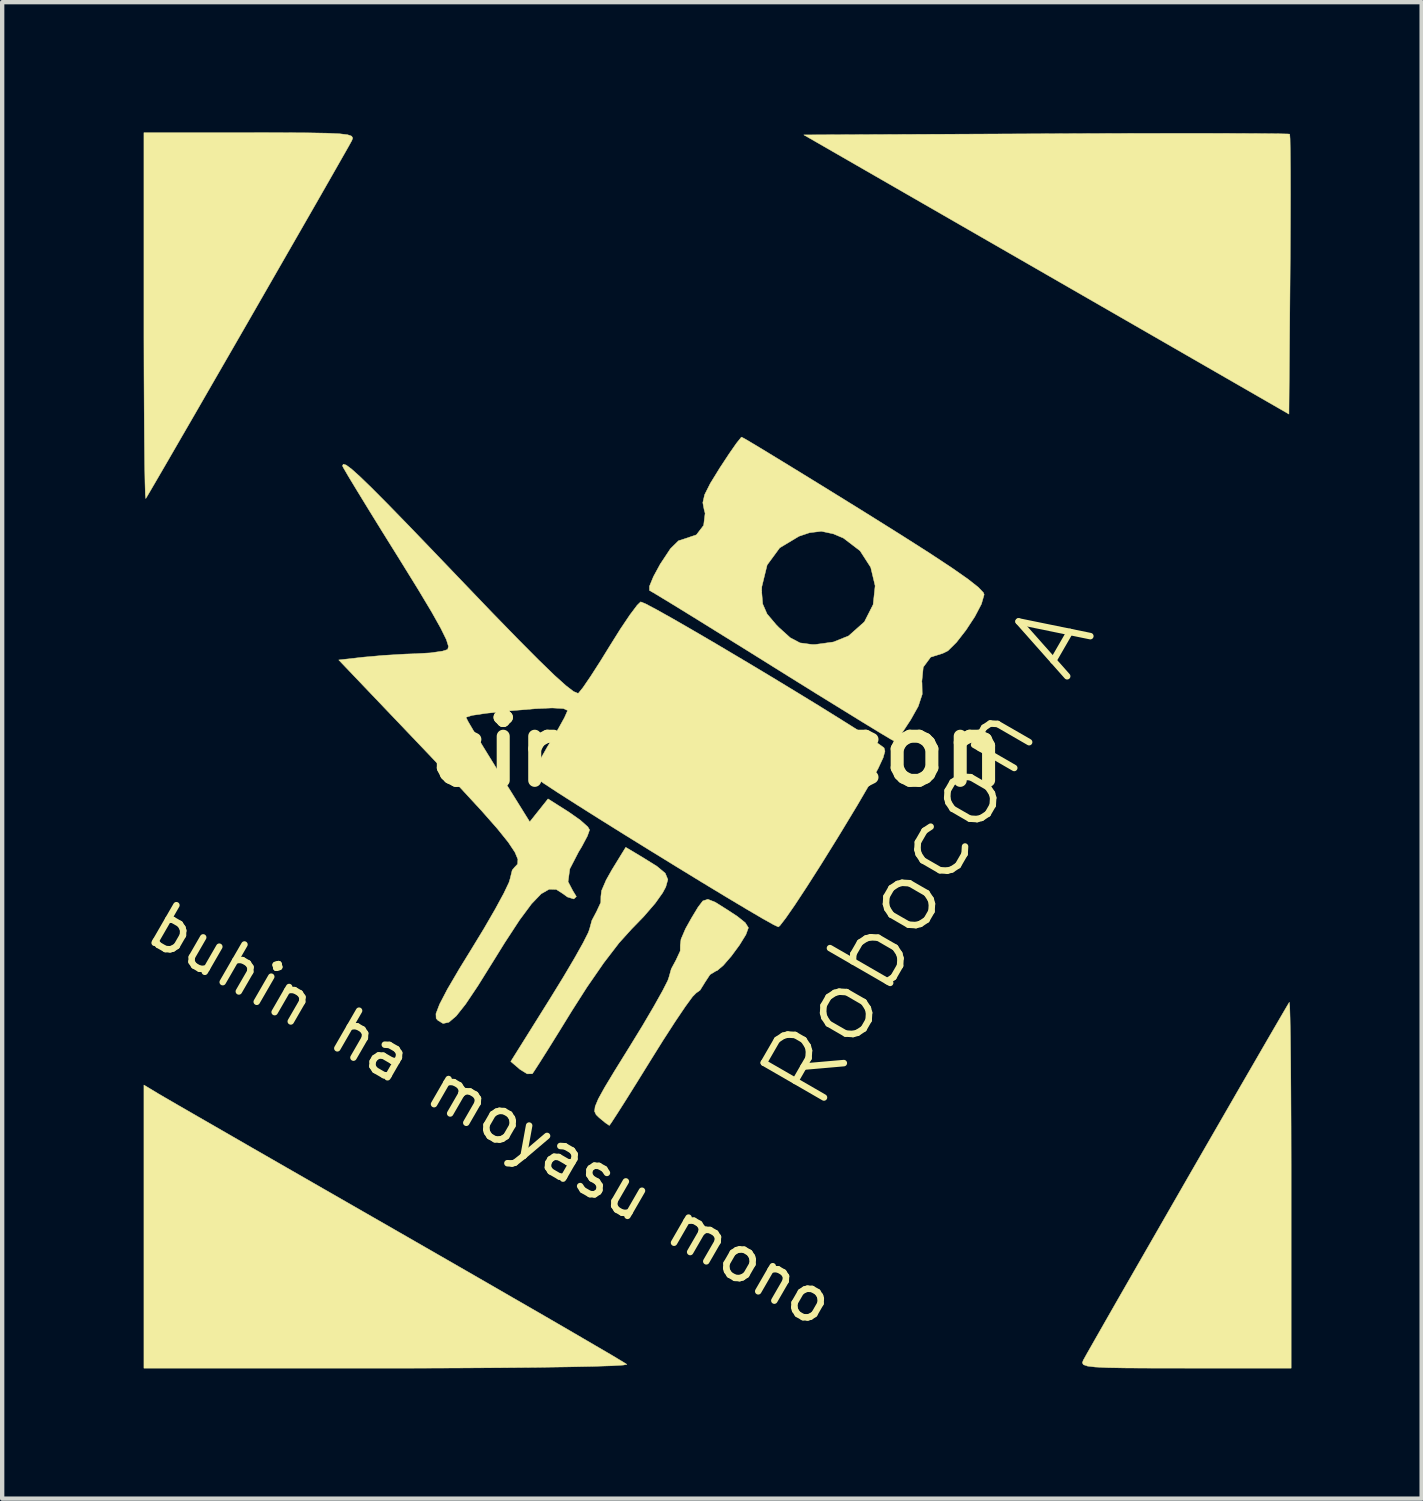
<source format=kicad_pcb>
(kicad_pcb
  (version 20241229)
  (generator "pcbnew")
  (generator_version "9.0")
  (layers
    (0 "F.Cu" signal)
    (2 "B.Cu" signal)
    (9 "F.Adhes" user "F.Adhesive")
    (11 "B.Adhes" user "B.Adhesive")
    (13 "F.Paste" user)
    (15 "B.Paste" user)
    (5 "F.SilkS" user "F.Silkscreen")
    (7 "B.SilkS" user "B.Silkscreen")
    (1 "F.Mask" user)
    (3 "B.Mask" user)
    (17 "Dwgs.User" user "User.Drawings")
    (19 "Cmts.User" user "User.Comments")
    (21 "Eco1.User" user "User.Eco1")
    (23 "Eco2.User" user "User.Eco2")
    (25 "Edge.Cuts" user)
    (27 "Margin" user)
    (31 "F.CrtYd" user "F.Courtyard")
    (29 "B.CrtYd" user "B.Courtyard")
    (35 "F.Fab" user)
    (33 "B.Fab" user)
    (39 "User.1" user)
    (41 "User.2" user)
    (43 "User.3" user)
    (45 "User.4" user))
  (footprint "circuit_icon"
    (layer "F.Cu")
    (at 13.472 14.229)
    (property "Reference" "circuit_icon" (at 0 0 0) (layer "F.SilkS") (effects (font (size 1.524 1.524) (thickness 0.3))))
    (attr through_hole)
    (fp_poly (pts (xy 11.292 -14.208) (xy 11.976 -14.206) (xy 12.523 -14.203) (xy 12.916 -14.199) (xy 13.134 -14.194) (xy 13.175 -14.19) (xy 13.183 -14.083) (xy 13.188 -13.798) (xy 13.192 -13.358) (xy 13.193 -12.79) (xy 13.191 -12.116) (xy 13.187 -11.362) (xy 13.184 -10.949) (xy 13.157 -7.744) (xy 7.572 -10.959) (xy 1.987 -14.173) (xy 7.563 -14.199) (xy 8.607 -14.204) (xy 9.589 -14.207) (xy 10.491 -14.208) (xy 11.292 -14.208)) (stroke (width 0.01) (type solid)) (fill yes) (layer "F.SilkS"))
    (fp_poly (pts (xy -12.878 7.904) (xy -12.731 7.99) (xy -12.424 8.168) (xy -11.975 8.427) (xy -11.4 8.758) (xy -10.715 9.153) (xy -9.937 9.6) (xy -9.084 10.09) (xy -8.171 10.614) (xy -7.366 11.076) (xy -6.425 11.617) (xy -5.535 12.129) (xy -4.714 12.603) (xy -3.975 13.029) (xy -3.336 13.4) (xy -2.812 13.706) (xy -2.418 13.936) (xy -2.172 14.084) (xy -2.088 14.137) (xy -2.168 14.153) (xy -2.434 14.169) (xy -2.869 14.183) (xy -3.457 14.195) (xy -4.179 14.206) (xy -5.02 14.214) (xy -5.962 14.22) (xy -6.988 14.224) (xy -7.6 14.224) (xy -13.208 14.224) (xy -13.208 7.705) (xy -12.878 7.904)) (stroke (width 0.01) (type solid)) (fill yes) (layer "F.SilkS"))
    (fp_poly (pts (xy -1.743 2.452) (xy -1.396 2.668) (xy -1.204 2.828) (xy -1.144 2.973) (xy -1.192 3.144) (xy -1.263 3.277) (xy -1.434 3.518) (xy -1.699 3.825) (xy -1.981 4.115) (xy -2.269 4.434) (xy -2.621 4.893) (xy -3.008 5.453) (xy -3.353 5.994) (xy -3.645 6.468) (xy -3.902 6.881) (xy -4.105 7.202) (xy -4.233 7.4) (xy -4.266 7.446) (xy -4.384 7.447) (xy -4.549 7.345) (xy -4.761 7.163) (xy -3.854 5.713) (xy -3.552 5.222) (xy -3.293 4.784) (xy -3.094 4.429) (xy -2.974 4.191) (xy -2.946 4.109) (xy -2.893 3.914) (xy -2.785 3.709) (xy -2.688 3.501) (xy -2.686 3.363) (xy -2.67 3.229) (xy -2.565 2.985) (xy -2.431 2.747) (xy -2.114 2.231) (xy -1.743 2.452)) (stroke (width 0.01) (type solid)) (fill yes) (layer "F.SilkS"))
    (fp_poly (pts (xy -10.001 -14.223) (xy -9.416 -14.22) (xy -8.989 -14.212) (xy -8.696 -14.198) (xy -8.516 -14.176) (xy -8.425 -14.144) (xy -8.401 -14.101) (xy -8.42 -14.045) (xy -8.421 -14.043) (xy -8.507 -13.888) (xy -8.679 -13.586) (xy -8.923 -13.158) (xy -9.227 -12.626) (xy -9.58 -12.011) (xy -9.969 -11.334) (xy -10.382 -10.615) (xy -10.806 -9.877) (xy -11.23 -9.141) (xy -11.642 -8.427) (xy -12.028 -7.757) (xy -12.378 -7.153) (xy -12.678 -6.634) (xy -12.917 -6.223) (xy -13.082 -5.94) (xy -13.161 -5.807) (xy -13.166 -5.8) (xy -13.175 -5.888) (xy -13.183 -6.16) (xy -13.191 -6.593) (xy -13.197 -7.166) (xy -13.202 -7.86) (xy -13.206 -8.653) (xy -13.208 -9.524) (xy -13.208 -9.991) (xy -13.208 -14.224) (xy -10.766 -14.224) (xy -10.001 -14.223)) (stroke (width 0.01) (type solid)) (fill yes) (layer "F.SilkS"))
    (fp_poly (pts (xy 13.175 5.888) (xy 13.183 6.16) (xy 13.191 6.593) (xy 13.197 7.166) (xy 13.202 7.86) (xy 13.206 8.653) (xy 13.208 9.524) (xy 13.208 9.991) (xy 13.208 14.224) (xy 10.766 14.224) (xy 10.001 14.223) (xy 9.416 14.22) (xy 8.989 14.212) (xy 8.696 14.198) (xy 8.516 14.176) (xy 8.425 14.144) (xy 8.401 14.101) (xy 8.42 14.045) (xy 8.421 14.043) (xy 8.507 13.888) (xy 8.679 13.586) (xy 8.923 13.158) (xy 9.227 12.626) (xy 9.58 12.011) (xy 9.969 11.334) (xy 10.382 10.615) (xy 10.806 9.877) (xy 11.23 9.141) (xy 11.642 8.427) (xy 12.028 7.757) (xy 12.378 7.153) (xy 12.678 6.634) (xy 12.917 6.223) (xy 13.082 5.94) (xy 13.161 5.807) (xy 13.166 5.8) (xy 13.175 5.888)) (stroke (width 0.01) (type solid)) (fill yes) (layer "F.SilkS"))
    (fp_poly (pts (xy -0.055 3.494) (xy 0.214 3.663) (xy 0.457 3.822) (xy 0.639 3.968) (xy 0.711 4.083) (xy 0.653 4.242) (xy 0.507 4.479) (xy 0.318 4.736) (xy 0.13 4.953) (xy -0.012 5.072) (xy -0.039 5.08) (xy -0.174 5.163) (xy -0.286 5.334) (xy -0.402 5.521) (xy -0.495 5.588) (xy -0.576 5.67) (xy -0.743 5.899) (xy -0.977 6.246) (xy -1.26 6.684) (xy -1.527 7.112) (xy -1.832 7.604) (xy -2.098 8.03) (xy -2.309 8.362) (xy -2.446 8.573) (xy -2.492 8.636) (xy -2.578 8.578) (xy -2.724 8.458) (xy -2.796 8.388) (xy -2.832 8.311) (xy -2.818 8.199) (xy -2.745 8.024) (xy -2.599 7.76) (xy -2.37 7.38) (xy -2.045 6.856) (xy -2.024 6.822) (xy -1.723 6.331) (xy -1.465 5.892) (xy -1.267 5.538) (xy -1.146 5.301) (xy -1.118 5.219) (xy -1.065 5.03) (xy -0.956 4.827) (xy -0.859 4.618) (xy -0.857 4.48) (xy -0.841 4.347) (xy -0.736 4.103) (xy -0.601 3.862) (xy -0.449 3.61) (xy -0.339 3.466) (xy -0.223 3.428) (xy -0.055 3.494)) (stroke (width 0.01) (type solid)) (fill yes) (layer "F.SilkS"))
    (fp_poly (pts (xy 0.65 -7.162) (xy 0.896 -7.016) (xy 1.273 -6.787) (xy 1.761 -6.489) (xy 2.337 -6.135) (xy 2.981 -5.737) (xy 3.375 -5.493) (xy 4.209 -4.971) (xy 4.878 -4.545) (xy 5.393 -4.205) (xy 5.765 -3.945) (xy 6.004 -3.757) (xy 6.122 -3.633) (xy 6.139 -3.588) (xy 6.076 -3.37) (xy 5.924 -3.08) (xy 5.72 -2.769) (xy 5.502 -2.489) (xy 5.306 -2.295) (xy 5.186 -2.235) (xy 4.908 -2.148) (xy 4.737 -1.917) (xy 4.704 -1.586) (xy 4.708 -1.554) (xy 4.713 -1.293) (xy 4.622 -1.017) (xy 4.449 -0.708) (xy 4.272 -0.439) (xy 4.133 -0.26) (xy 4.074 -0.212) (xy 3.976 -0.266) (xy 3.727 -0.415) (xy 3.348 -0.646) (xy 2.86 -0.947) (xy 2.283 -1.303) (xy 1.64 -1.703) (xy 1.27 -1.934) (xy 0.597 -2.354) (xy -0.022 -2.738) (xy -0.565 -3.075) (xy -1.012 -3.35) (xy -1.341 -3.55) (xy -1.523 -3.659) (xy 1.016 -3.659) (xy 1.04 -3.372) (xy 1.14 -3.143) (xy 1.353 -2.891) (xy 1.41 -2.833) (xy 1.675 -2.594) (xy 1.899 -2.476) (xy 2.167 -2.44) (xy 2.249 -2.439) (xy 2.666 -2.496) (xy 3.018 -2.637) (xy 3.381 -2.96) (xy 3.583 -3.358) (xy 3.629 -3.79) (xy 3.527 -4.216) (xy 3.282 -4.596) (xy 2.9 -4.888) (xy 2.667 -4.987) (xy 2.391 -5.046) (xy 2.119 -5.013) (xy 1.875 -4.931) (xy 1.431 -4.664) (xy 1.142 -4.27) (xy 1.019 -3.768) (xy 1.016 -3.659) (xy -1.523 -3.659) (xy -1.53 -3.664) (xy -1.567 -3.683) (xy -1.567 -3.781) (xy -1.476 -4.002) (xy -1.315 -4.298) (xy -1.314 -4.298) (xy -1.085 -4.644) (xy -0.9 -4.827) (xy -0.744 -4.877) (xy -0.487 -4.964) (xy -0.32 -5.182) (xy -0.286 -5.46) (xy -0.31 -5.551) (xy -0.339 -5.705) (xy -0.297 -5.889) (xy -0.167 -6.148) (xy 0.052 -6.504) (xy 0.266 -6.829) (xy 0.438 -7.076) (xy 0.541 -7.204) (xy 0.555 -7.214) (xy 0.65 -7.162)) (stroke (width 0.01) (type solid)) (fill yes) (layer "F.SilkS"))
    (fp_poly (pts (xy -8.552 -6.571) (xy -8.43 -6.481) (xy -8.239 -6.31) (xy -7.967 -6.047) (xy -7.602 -5.68) (xy -7.132 -5.197) (xy -6.546 -4.588) (xy -5.897 -3.91) (xy -5.181 -3.163) (xy -4.591 -2.557) (xy -4.119 -2.082) (xy -3.756 -1.73) (xy -3.49 -1.491) (xy -3.314 -1.356) (xy -3.216 -1.315) (xy -3.2 -1.321) (xy -3.098 -1.447) (xy -2.92 -1.708) (xy -2.692 -2.063) (xy -2.485 -2.399) (xy -2.237 -2.795) (xy -2.017 -3.122) (xy -1.85 -3.344) (xy -1.77 -3.421) (xy -1.664 -3.379) (xy -1.41 -3.245) (xy -1.035 -3.035) (xy -0.563 -2.763) (xy -0.021 -2.446) (xy 0.567 -2.097) (xy 1.175 -1.733) (xy 1.777 -1.368) (xy 2.348 -1.019) (xy 2.862 -0.699) (xy 3.295 -0.426) (xy 3.62 -0.213) (xy 3.812 -0.076) (xy 3.835 -0.057) (xy 3.855 0.018) (xy 3.813 0.169) (xy 3.699 0.414) (xy 3.505 0.771) (xy 3.221 1.258) (xy 2.837 1.893) (xy 2.734 2.061) (xy 2.38 2.631) (xy 2.057 3.137) (xy 1.781 3.557) (xy 1.568 3.864) (xy 1.435 4.036) (xy 1.4 4.064) (xy 1.289 4.012) (xy 1.032 3.868) (xy 0.654 3.646) (xy 0.181 3.363) (xy -0.363 3.034) (xy -0.951 2.674) (xy -1.559 2.3) (xy -2.16 1.928) (xy -2.73 1.572) (xy -3.243 1.248) (xy -3.674 0.973) (xy -3.997 0.761) (xy -4.186 0.629) (xy -4.225 0.595) (xy -4.203 0.47) (xy -4.091 0.223) (xy -3.911 -0.095) (xy -3.869 -0.163) (xy -3.671 -0.491) (xy -3.524 -0.756) (xy -3.456 -0.909) (xy -3.454 -0.921) (xy -3.549 -0.964) (xy -3.808 -0.978) (xy -4.191 -0.961) (xy -4.837 -0.907) (xy -5.329 -0.855) (xy -5.651 -0.807) (xy -5.787 -0.765) (xy -5.791 -0.758) (xy -5.741 -0.66) (xy -5.602 -0.424) (xy -5.394 -0.08) (xy -5.137 0.337) (xy -5.058 0.465) (xy -4.324 1.645) (xy -3.903 1.116) (xy -3.425 1.419) (xy -3.162 1.604) (xy -2.988 1.759) (xy -2.946 1.829) (xy -2.997 1.972) (xy -3.125 2.213) (xy -3.2 2.337) (xy -3.402 2.728) (xy -3.442 3.022) (xy -3.334 3.229) (xy -3.251 3.365) (xy -3.309 3.42) (xy -3.455 3.376) (xy -3.556 3.302) (xy -3.713 3.201) (xy -3.876 3.196) (xy -4.061 3.302) (xy -4.283 3.533) (xy -4.559 3.905) (xy -4.904 4.433) (xy -5.157 4.841) (xy -5.52 5.423) (xy -5.801 5.842) (xy -6.018 6.116) (xy -6.186 6.259) (xy -6.32 6.288) (xy -6.437 6.218) (xy -6.479 6.172) (xy -6.484 6.064) (xy -6.401 5.846) (xy -6.222 5.502) (xy -5.939 5.019) (xy -5.678 4.595) (xy -5.377 4.101) (xy -5.119 3.655) (xy -4.921 3.29) (xy -4.802 3.04) (xy -4.775 2.95) (xy -4.728 2.757) (xy -4.674 2.692) (xy -4.604 2.618) (xy -4.597 2.507) (xy -4.665 2.345) (xy -4.818 2.115) (xy -5.068 1.804) (xy -5.426 1.397) (xy -5.904 0.879) (xy -6.512 0.236) (xy -6.647 0.093) (xy -8.722 -2.083) (xy -8.146 -2.148) (xy -7.694 -2.188) (xy -7.192 -2.218) (xy -6.96 -2.226) (xy -6.609 -2.246) (xy -6.332 -2.286) (xy -6.214 -2.324) (xy -6.195 -2.395) (xy -6.244 -2.552) (xy -6.372 -2.812) (xy -6.585 -3.192) (xy -6.893 -3.706) (xy -7.304 -4.371) (xy -7.357 -4.456) (xy -7.716 -5.032) (xy -8.036 -5.55) (xy -8.302 -5.985) (xy -8.5 -6.312) (xy -8.614 -6.508) (xy -8.636 -6.553) (xy -8.617 -6.591) (xy -8.552 -6.571)) (stroke (width 0.01) (type solid)) (fill yes) (layer "F.SilkS"))
    (fp_text user "buhin ha moyasu mono" (at -5.207 8.382 330) (layer "F.SilkS") (effects (font (size 1 1) (thickness 0.15))))
    (fp_text user "Robocon A" (at 4.826 2.413 60) (layer "F.SilkS") (effects (font (size 1.6 1.6) (thickness 0.15)))))
  (gr_rect
    (start -3 -3)
    (end 29.685 31.458)
    (stroke (width 0.1) (type default))
    (fill no)
    (layer "Edge.Cuts")))
</source>
